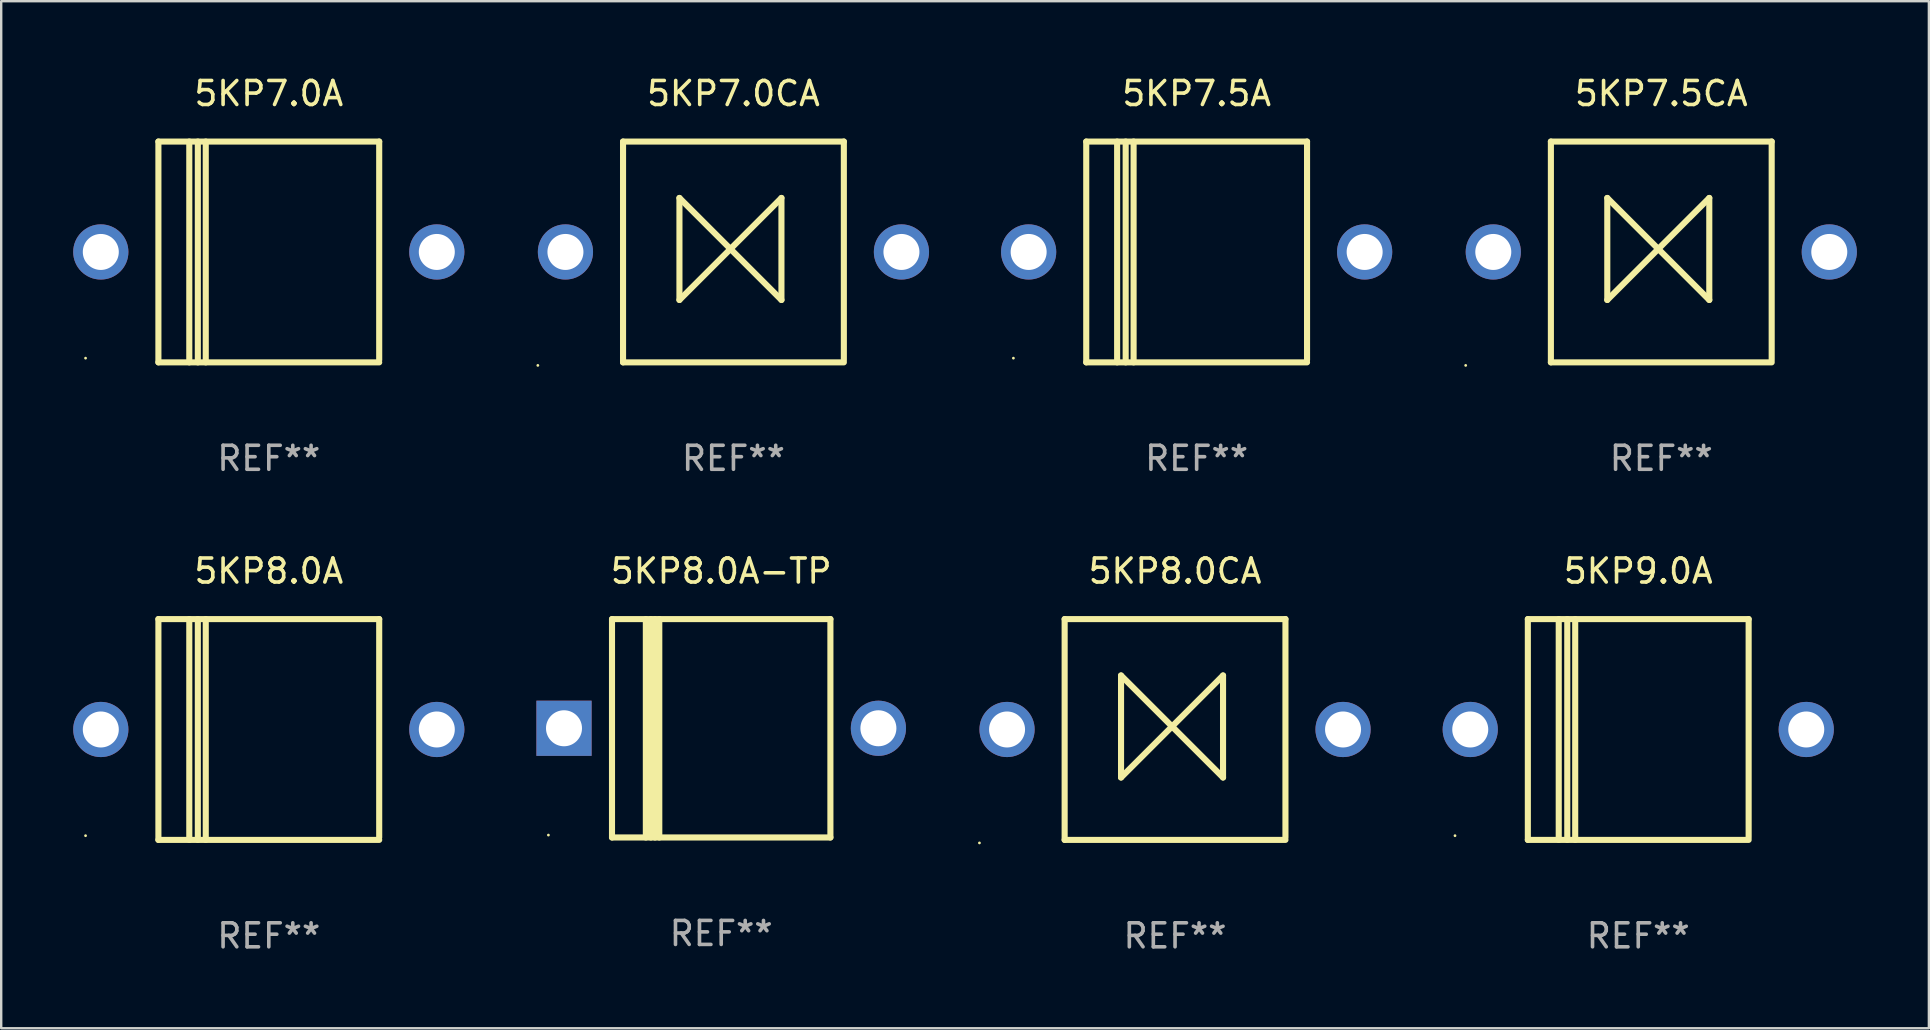
<source format=kicad_pcb>
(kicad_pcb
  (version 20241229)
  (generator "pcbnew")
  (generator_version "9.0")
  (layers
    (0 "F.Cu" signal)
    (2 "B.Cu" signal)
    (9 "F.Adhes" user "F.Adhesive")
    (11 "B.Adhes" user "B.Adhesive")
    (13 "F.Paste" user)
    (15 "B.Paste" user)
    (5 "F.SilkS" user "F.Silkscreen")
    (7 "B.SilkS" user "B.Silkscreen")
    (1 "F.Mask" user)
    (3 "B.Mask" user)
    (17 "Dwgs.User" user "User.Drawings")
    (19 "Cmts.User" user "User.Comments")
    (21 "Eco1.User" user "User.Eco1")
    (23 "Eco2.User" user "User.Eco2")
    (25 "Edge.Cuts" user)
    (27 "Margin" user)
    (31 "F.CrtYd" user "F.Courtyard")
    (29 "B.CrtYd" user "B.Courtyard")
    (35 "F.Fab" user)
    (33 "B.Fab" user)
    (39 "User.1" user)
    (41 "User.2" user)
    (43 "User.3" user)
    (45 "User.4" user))
  (footprint "5KP7.5CA"
    (layer "F.Cu")
    (at 66.17 7.448)
    (property "Reference" "5KP7.5CA" (at 0 -6.6 0) (layer "F.SilkS") (effects (font (size 1 1) (thickness 0.15))))
    (attr through_hole)
    (fp_line (start -4.6 -4.6) (end -4.6 4.6) (stroke (width 0.254) (type solid)) (layer "F.SilkS"))
    (fp_line (start -4.6 -4.6) (end 4.6 -4.6) (stroke (width 0.254) (type solid)) (layer "F.SilkS"))
    (fp_line (start -4.6 4.6) (end 4.6 4.6) (stroke (width 0.254) (type solid)) (layer "F.SilkS"))
    (fp_line (start -2.25 -2.25) (end -2.25 2) (stroke (width 0.254) (type solid)) (layer "F.SilkS"))
    (fp_line (start -2.25 2) (end 2 -2.25) (stroke (width 0.254) (type solid)) (layer "F.SilkS"))
    (fp_line (start 2 -2.25) (end 2 2) (stroke (width 0.254) (type solid)) (layer "F.SilkS"))
    (fp_line (start 2 2) (end -2.25 -2.25) (stroke (width 0.254) (type solid)) (layer "F.SilkS"))
    (fp_line (start 4.6 -4.6) (end 4.6 4.5) (stroke (width 0.254) (type solid)) (layer "F.SilkS"))
    (fp_circle (center -8.15 4.727) (end -8.12 4.727) (stroke (width 0.06) (type solid)) (fill no) (layer "F.SilkS"))
    (fp_text user "REF**" (at 0 8.6 0) (layer "F.Fab") (effects (font (size 1 1) (thickness 0.15))))
    (pad "1" thru_hole circle (at -7 0) (size 2.3 2.3) (drill 1.5) (layers "*.Cu" "*.Mask"))
    (pad "2" thru_hole circle (at 7 0) (size 2.3 2.3) (drill 1.5) (layers "*.Cu" "*.Mask")))
  (footprint "5KP7.5A"
    (layer "F.Cu")
    (at 46.81 7.448)
    (property "Reference" "5KP7.5A" (at 0 -6.6 0) (layer "F.SilkS") (effects (font (size 1 1) (thickness 0.15))))
    (attr through_hole)
    (fp_line (start -4.6 -4.6) (end -4.6 4.6) (stroke (width 0.254) (type solid)) (layer "F.SilkS"))
    (fp_line (start -4.6 -4.6) (end 4.6 -4.6) (stroke (width 0.254) (type solid)) (layer "F.SilkS"))
    (fp_line (start -4.6 4.6) (end 4.6 4.6) (stroke (width 0.254) (type solid)) (layer "F.SilkS"))
    (fp_line (start -3.313 -4.6) (end -3.313 4.6) (stroke (width 0.254) (type solid)) (layer "F.SilkS"))
    (fp_line (start -2.957 -4.6) (end -2.957 4.6) (stroke (width 0.254) (type solid)) (layer "F.SilkS"))
    (fp_line (start -2.627 -4.6) (end -2.627 4.6) (stroke (width 0.254) (type solid)) (layer "F.SilkS"))
    (fp_line (start 4.6 -4.6) (end 4.6 4.5) (stroke (width 0.254) (type solid)) (layer "F.SilkS"))
    (fp_circle (center -7.635 4.425) (end -7.605 4.425) (stroke (width 0.06) (type solid)) (fill no) (layer "F.SilkS"))
    (fp_text user "REF**" (at 0 8.6 0) (layer "F.Fab") (effects (font (size 1 1) (thickness 0.15))))
    (pad "1" thru_hole circle (at -7 0) (size 2.3 2.3) (drill 1.5) (layers "*.Cu" "*.Mask"))
    (pad "2" thru_hole circle (at 7 0) (size 2.3 2.3) (drill 1.5) (layers "*.Cu" "*.Mask")))
  (footprint "5KP8.0A"
    (layer "F.Cu")
    (at 8.15 27.345)
    (property "Reference" "5KP8.0A" (at 0 -6.6 0) (layer "F.SilkS") (effects (font (size 1 1) (thickness 0.15))))
    (attr through_hole)
    (fp_line (start -4.6 -4.6) (end -4.6 4.6) (stroke (width 0.254) (type solid)) (layer "F.SilkS"))
    (fp_line (start -4.6 -4.6) (end 4.6 -4.6) (stroke (width 0.254) (type solid)) (layer "F.SilkS"))
    (fp_line (start -4.6 4.6) (end 4.6 4.6) (stroke (width 0.254) (type solid)) (layer "F.SilkS"))
    (fp_line (start -3.313 -4.6) (end -3.313 4.6) (stroke (width 0.254) (type solid)) (layer "F.SilkS"))
    (fp_line (start -2.957 -4.6) (end -2.957 4.6) (stroke (width 0.254) (type solid)) (layer "F.SilkS"))
    (fp_line (start -2.627 -4.6) (end -2.627 4.6) (stroke (width 0.254) (type solid)) (layer "F.SilkS"))
    (fp_line (start 4.6 -4.6) (end 4.6 4.5) (stroke (width 0.254) (type solid)) (layer "F.SilkS"))
    (fp_circle (center -7.635 4.425) (end -7.605 4.425) (stroke (width 0.06) (type solid)) (fill no) (layer "F.SilkS"))
    (fp_text user "REF**" (at 0 8.6 0) (layer "F.Fab") (effects (font (size 1 1) (thickness 0.15))))
    (pad "1" thru_hole circle (at -7 0) (size 2.3 2.3) (drill 1.5) (layers "*.Cu" "*.Mask"))
    (pad "2" thru_hole circle (at 7 0) (size 2.3 2.3) (drill 1.5) (layers "*.Cu" "*.Mask")))
  (footprint "5KP8.0CA"
    (layer "F.Cu")
    (at 45.91 27.345)
    (property "Reference" "5KP8.0CA" (at 0 -6.6 0) (layer "F.SilkS") (effects (font (size 1 1) (thickness 0.15))))
    (attr through_hole)
    (fp_line (start -4.6 -4.6) (end -4.6 4.6) (stroke (width 0.254) (type solid)) (layer "F.SilkS"))
    (fp_line (start -4.6 -4.6) (end 4.6 -4.6) (stroke (width 0.254) (type solid)) (layer "F.SilkS"))
    (fp_line (start -4.6 4.6) (end 4.6 4.6) (stroke (width 0.254) (type solid)) (layer "F.SilkS"))
    (fp_line (start -2.25 -2.25) (end -2.25 2) (stroke (width 0.254) (type solid)) (layer "F.SilkS"))
    (fp_line (start -2.25 2) (end 2 -2.25) (stroke (width 0.254) (type solid)) (layer "F.SilkS"))
    (fp_line (start 2 -2.25) (end 2 2) (stroke (width 0.254) (type solid)) (layer "F.SilkS"))
    (fp_line (start 2 2) (end -2.25 -2.25) (stroke (width 0.254) (type solid)) (layer "F.SilkS"))
    (fp_line (start 4.6 -4.6) (end 4.6 4.5) (stroke (width 0.254) (type solid)) (layer "F.SilkS"))
    (fp_circle (center -8.15 4.727) (end -8.12 4.727) (stroke (width 0.06) (type solid)) (fill no) (layer "F.SilkS"))
    (fp_text user "REF**" (at 0 8.6 0) (layer "F.Fab") (effects (font (size 1 1) (thickness 0.15))))
    (pad "1" thru_hole circle (at -7 0) (size 2.3 2.3) (drill 1.5) (layers "*.Cu" "*.Mask"))
    (pad "2" thru_hole circle (at 7 0) (size 2.3 2.3) (drill 1.5) (layers "*.Cu" "*.Mask")))
  (footprint "5KP9.0A"
    (layer "F.Cu")
    (at 65.21 27.345)
    (property "Reference" "5KP9.0A" (at 0 -6.6 0) (layer "F.SilkS") (effects (font (size 1 1) (thickness 0.15))))
    (attr through_hole)
    (fp_line (start -4.6 -4.6) (end -4.6 4.6) (stroke (width 0.254) (type solid)) (layer "F.SilkS"))
    (fp_line (start -4.6 -4.6) (end 4.6 -4.6) (stroke (width 0.254) (type solid)) (layer "F.SilkS"))
    (fp_line (start -4.6 4.6) (end 4.6 4.6) (stroke (width 0.254) (type solid)) (layer "F.SilkS"))
    (fp_line (start -3.313 -4.6) (end -3.313 4.6) (stroke (width 0.254) (type solid)) (layer "F.SilkS"))
    (fp_line (start -2.957 -4.6) (end -2.957 4.6) (stroke (width 0.254) (type solid)) (layer "F.SilkS"))
    (fp_line (start -2.627 -4.6) (end -2.627 4.6) (stroke (width 0.254) (type solid)) (layer "F.SilkS"))
    (fp_line (start 4.6 -4.6) (end 4.6 4.5) (stroke (width 0.254) (type solid)) (layer "F.SilkS"))
    (fp_circle (center -7.635 4.425) (end -7.605 4.425) (stroke (width 0.06) (type solid)) (fill no) (layer "F.SilkS"))
    (fp_text user "REF**" (at 0 8.6 0) (layer "F.Fab") (effects (font (size 1 1) (thickness 0.15))))
    (pad "1" thru_hole circle (at -7 0) (size 2.3 2.3) (drill 1.5) (layers "*.Cu" "*.Mask"))
    (pad "2" thru_hole circle (at 7 0) (size 2.3 2.3) (drill 1.5) (layers "*.Cu" "*.Mask")))
  (footprint "5KP8.0A-TP"
    (layer "F.Cu")
    (at 27 27.295)
    (property "Reference" "5KP8.0A-TP" (at 0 -6.551 0) (layer "F.SilkS") (effects (font (size 1 1) (thickness 0.15))))
    (attr through_hole)
    (fp_line (start -4.55 -4.55) (end -4.55 4.55) (stroke (width 0.254) (type solid)) (layer "F.SilkS"))
    (fp_line (start -4.55 -4.55) (end 4.55 -4.55) (stroke (width 0.254) (type solid)) (layer "F.SilkS"))
    (fp_line (start -3.14 4.55) (end -3.14 -4.551) (stroke (width 0.254) (type solid)) (layer "F.SilkS"))
    (fp_line (start -2.93 4.55) (end -2.93 -4.551) (stroke (width 0.254) (type solid)) (layer "F.SilkS"))
    (fp_line (start -2.759 4.551) (end -2.759 -4.55) (stroke (width 0.254) (type solid)) (layer "F.SilkS"))
    (fp_line (start -2.58 4.55) (end -2.58 -4.551) (stroke (width 0.254) (type solid)) (layer "F.SilkS"))
    (fp_line (start 4.55 4.55) (end 4.55 -4.55) (stroke (width 0.254) (type solid)) (layer "F.SilkS"))
    (fp_line (start 4.55 4.549) (end -4.55 4.549) (stroke (width 0.254) (type solid)) (layer "F.SilkS"))
    (fp_circle (center -7.2 4.45) (end -7.17 4.45) (stroke (width 0.06) (type solid)) (fill no) (layer "F.SilkS"))
    (fp_text user "REF**" (at 0 8.551 0) (layer "F.Fab") (effects (font (size 1 1) (thickness 0.15))))
    (pad "1" thru_hole rect (at -6.55 -0.000483 180) (size 2.3 2.3) (drill 1.5) (layers "*.Cu" "*.Mask"))
    (pad "2" thru_hole circle (at 6.55 -0.000483) (size 2.3 2.3) (drill 1.5) (layers "*.Cu" "*.Mask")))
  (footprint "5KP7.0CA"
    (layer "F.Cu")
    (at 27.51 7.448)
    (property "Reference" "5KP7.0CA" (at 0 -6.6 0) (layer "F.SilkS") (effects (font (size 1 1) (thickness 0.15))))
    (attr through_hole)
    (fp_line (start -4.6 -4.6) (end -4.6 4.6) (stroke (width 0.254) (type solid)) (layer "F.SilkS"))
    (fp_line (start -4.6 -4.6) (end 4.6 -4.6) (stroke (width 0.254) (type solid)) (layer "F.SilkS"))
    (fp_line (start -4.6 4.6) (end 4.6 4.6) (stroke (width 0.254) (type solid)) (layer "F.SilkS"))
    (fp_line (start -2.25 -2.25) (end -2.25 2) (stroke (width 0.254) (type solid)) (layer "F.SilkS"))
    (fp_line (start -2.25 2) (end 2 -2.25) (stroke (width 0.254) (type solid)) (layer "F.SilkS"))
    (fp_line (start 2 -2.25) (end 2 2) (stroke (width 0.254) (type solid)) (layer "F.SilkS"))
    (fp_line (start 2 2) (end -2.25 -2.25) (stroke (width 0.254) (type solid)) (layer "F.SilkS"))
    (fp_line (start 4.6 -4.6) (end 4.6 4.5) (stroke (width 0.254) (type solid)) (layer "F.SilkS"))
    (fp_circle (center -8.15 4.727) (end -8.12 4.727) (stroke (width 0.06) (type solid)) (fill no) (layer "F.SilkS"))
    (fp_text user "REF**" (at 0 8.6 0) (layer "F.Fab") (effects (font (size 1 1) (thickness 0.15))))
    (pad "1" thru_hole circle (at -7 0) (size 2.3 2.3) (drill 1.5) (layers "*.Cu" "*.Mask"))
    (pad "2" thru_hole circle (at 7 0) (size 2.3 2.3) (drill 1.5) (layers "*.Cu" "*.Mask")))
  (footprint "5KP7.0A"
    (layer "F.Cu")
    (at 8.15 7.448)
    (property "Reference" "5KP7.0A" (at 0 -6.6 0) (layer "F.SilkS") (effects (font (size 1 1) (thickness 0.15))))
    (attr through_hole)
    (fp_line (start -4.6 -4.6) (end -4.6 4.6) (stroke (width 0.254) (type solid)) (layer "F.SilkS"))
    (fp_line (start -4.6 -4.6) (end 4.6 -4.6) (stroke (width 0.254) (type solid)) (layer "F.SilkS"))
    (fp_line (start -4.6 4.6) (end 4.6 4.6) (stroke (width 0.254) (type solid)) (layer "F.SilkS"))
    (fp_line (start -3.313 -4.6) (end -3.313 4.6) (stroke (width 0.254) (type solid)) (layer "F.SilkS"))
    (fp_line (start -2.957 -4.6) (end -2.957 4.6) (stroke (width 0.254) (type solid)) (layer "F.SilkS"))
    (fp_line (start -2.627 -4.6) (end -2.627 4.6) (stroke (width 0.254) (type solid)) (layer "F.SilkS"))
    (fp_line (start 4.6 -4.6) (end 4.6 4.5) (stroke (width 0.254) (type solid)) (layer "F.SilkS"))
    (fp_circle (center -7.635 4.425) (end -7.605 4.425) (stroke (width 0.06) (type solid)) (fill no) (layer "F.SilkS"))
    (fp_text user "REF**" (at 0 8.6 0) (layer "F.Fab") (effects (font (size 1 1) (thickness 0.15))))
    (pad "1" thru_hole circle (at -7 0) (size 2.3 2.3) (drill 1.5) (layers "*.Cu" "*.Mask"))
    (pad "2" thru_hole circle (at 7 0) (size 2.3 2.3) (drill 1.5) (layers "*.Cu" "*.Mask")))
  (gr_rect
    (start -3 -3)
    (end 77.32 39.793)
    (stroke (width 0.1) (type default))
    (fill no)
    (layer "Edge.Cuts")))
</source>
